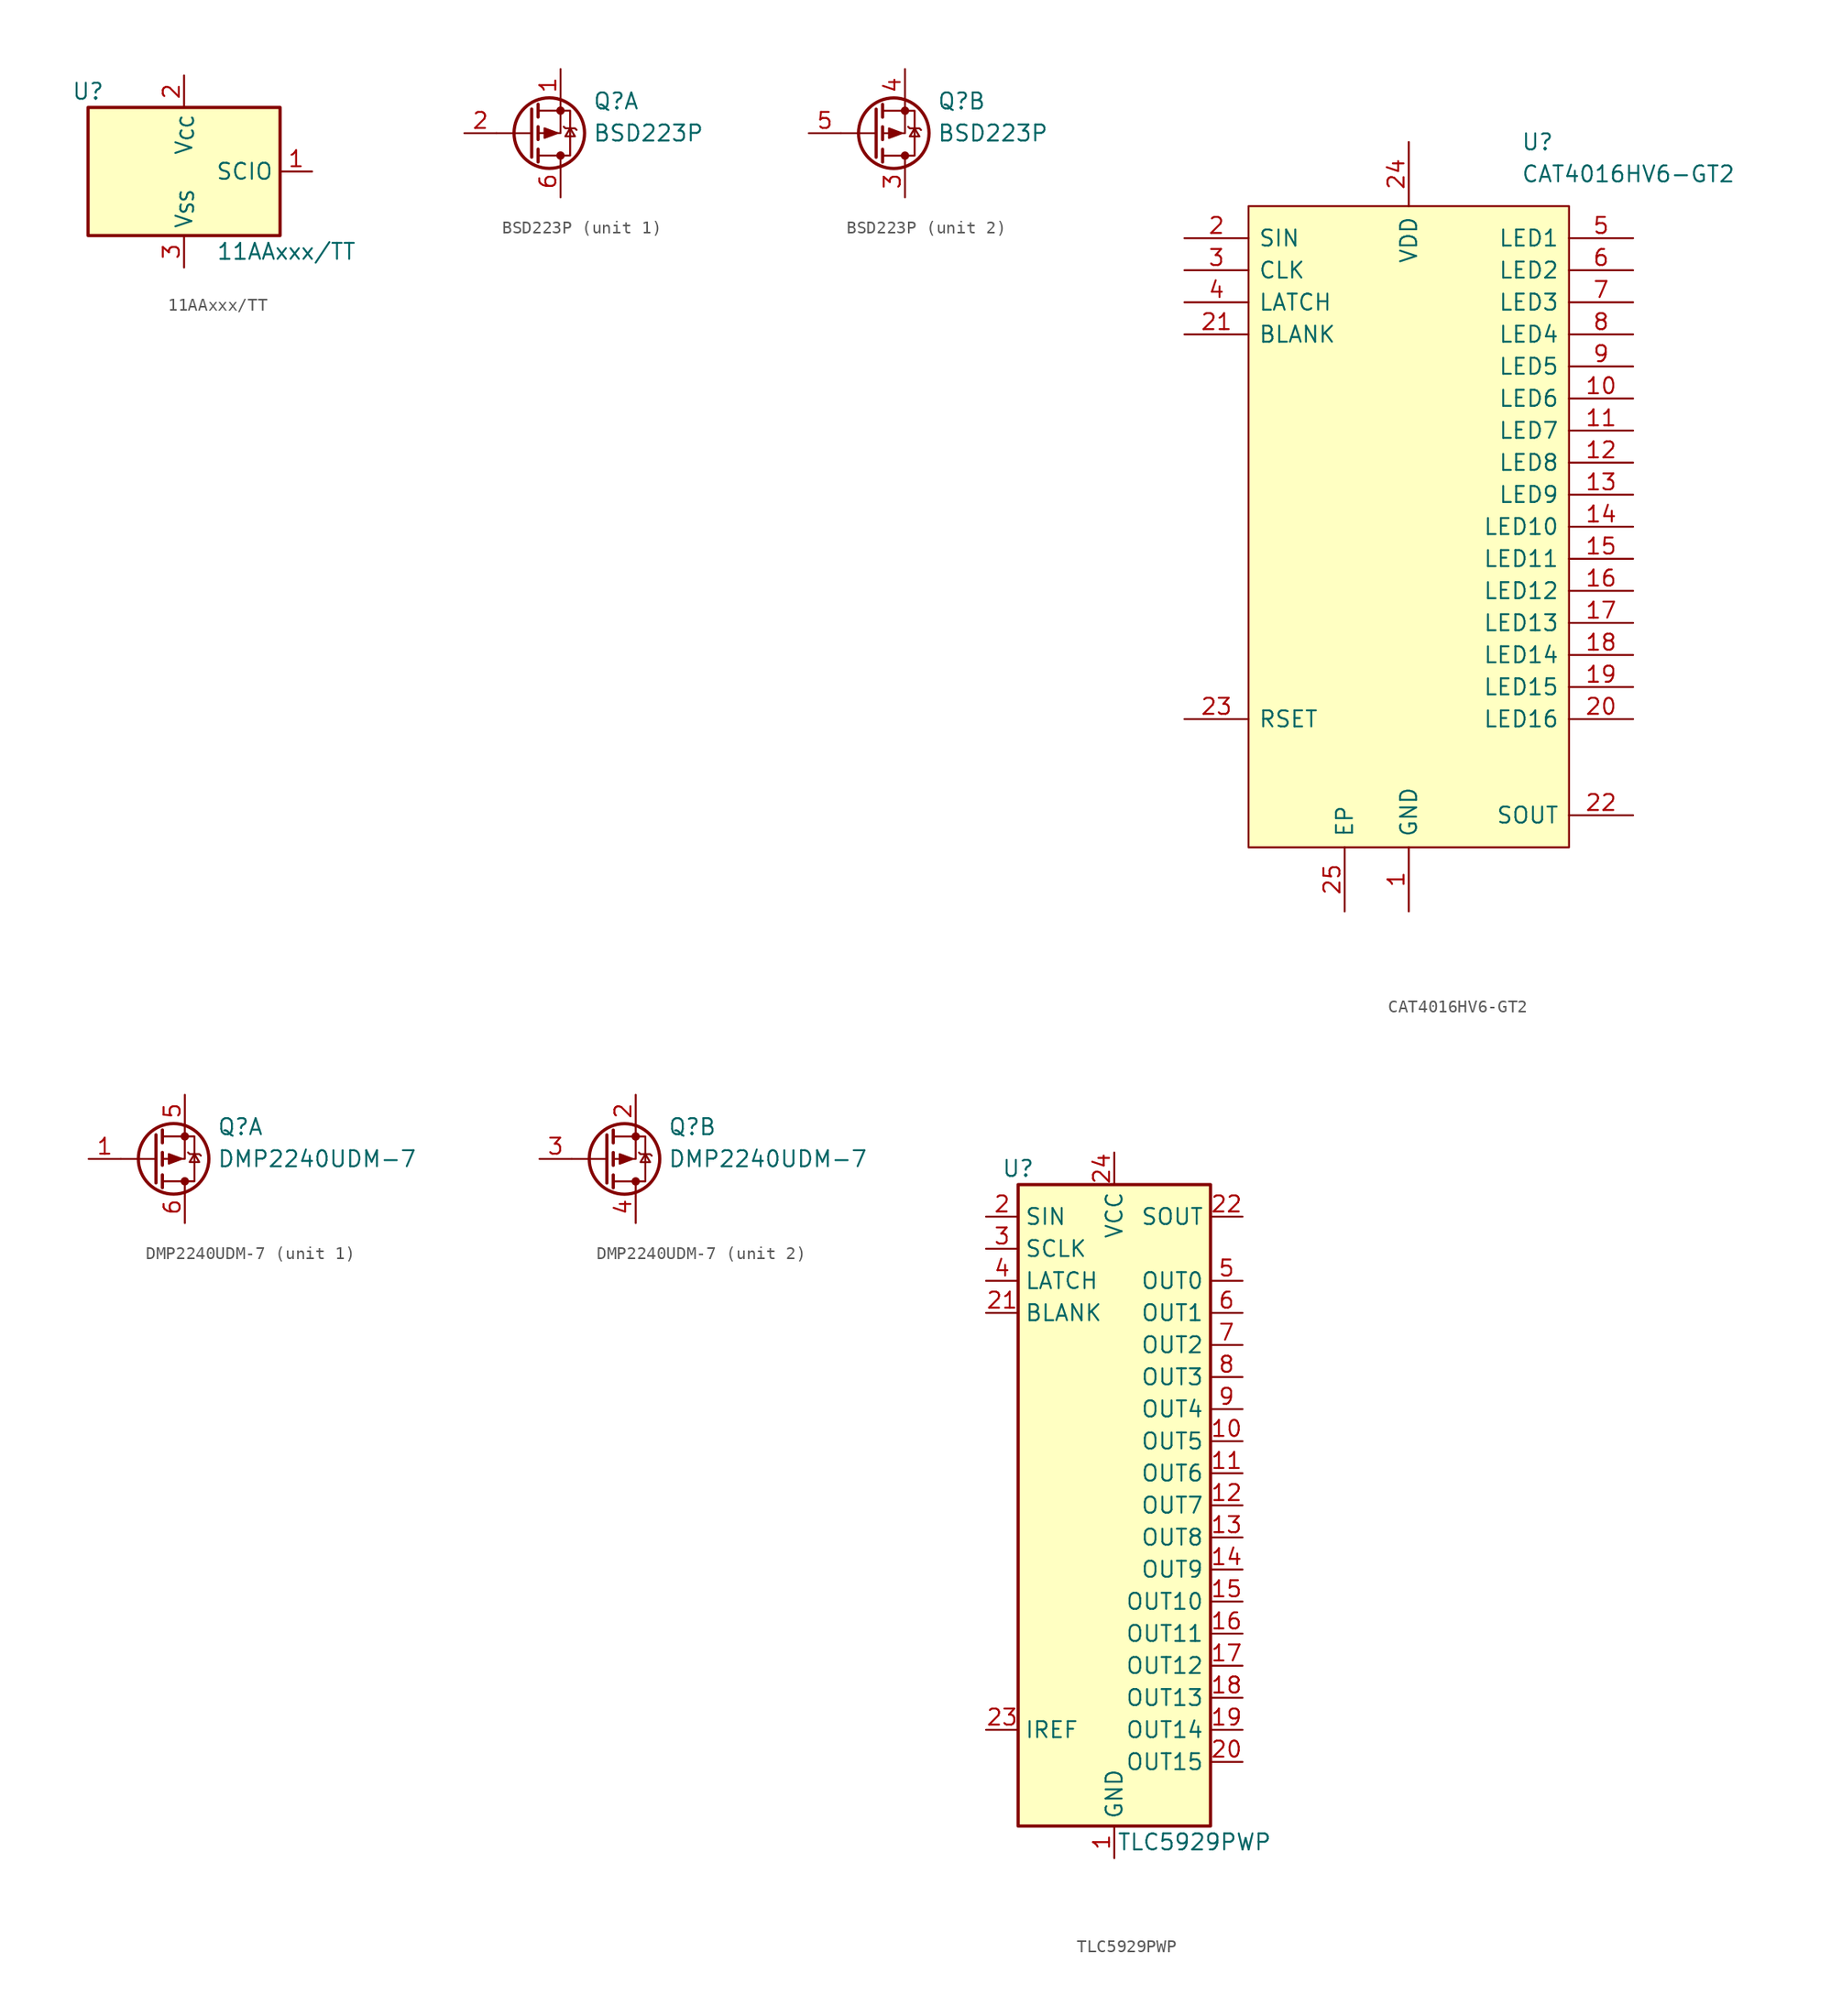
<source format=kicad_sym>
(kicad_symbol_lib
  (version 20220914)
  (generator kicad_symbol_editor)
  (symbol "11AAxxx/TT"
    (property "Reference" "U"
      (at -7.62 6.35 0)
      (effects (font (size 1.27 1.27))))
    (property "Value" "11AAxxx/TT"
      (at 2.54 -6.35 0)
      (effects (font (size 1.27 1.27)) (justify left)))
    (symbol "11AAxxx/TT_1_1"
      (rectangle (start -7.62 5.08) (end 7.62 -5.08) (stroke (width 0.254) (type default)) (fill (type background)))
      (pin bidirectional line (at 10.16 0 180) (length 2.54) (name "SCIO" (effects (font (size 1.27 1.27)))) (number "1" (effects (font (size 1.27 1.27)))))
      (pin power_in line (at 0 7.62 270) (length 2.54) (name "V_{CC}" (effects (font (size 1.27 1.27)))) (number "2" (effects (font (size 1.27 1.27)))))
      (pin power_in line (at 0 -7.62 90) (length 2.54) (name "V_{SS}" (effects (font (size 1.27 1.27)))) (number "3" (effects (font (size 1.27 1.27)))))))
  (symbol "BSD223P"
    (pin_names hide)
    (property "Reference" "Q"
      (at 5.08 2.54 0)
      (effects (font (size 1.27 1.27)) (justify left)))
    (property "Value" "BSD223P"
      (at 5.08 0 0)
      (effects (font (size 1.27 1.27)) (justify left)))
    (symbol "BSD223P_1_1"
      (polyline (pts (xy 0.251 1.912) (xy 0.251 -1.898)) (stroke (width 0.254) (type default)) (fill (type none)))
      (polyline (pts (xy 0.254 0) (xy -2.54 0)) (stroke (width 0) (type default)) (fill (type none)))
      (polyline (pts (xy 0.759 -1.263) (xy 0.759 -2.279)) (stroke (width 0.254) (type default)) (fill (type none)))
      (polyline (pts (xy 0.759 0.515) (xy 0.759 -0.501)) (stroke (width 0.254) (type default)) (fill (type none)))
      (polyline (pts (xy 0.759 2.293) (xy 0.759 1.277)) (stroke (width 0.254) (type default)) (fill (type none)))
      (polyline (pts (xy 2.537 -1.898) (xy 2.537 -2.533)) (stroke (width 0) (type default)) (fill (type none)))
      (polyline (pts (xy 2.537 2.547) (xy 2.537 0.007) (xy 0.759 0.007)) (stroke (width 0) (type default)) (fill (type none)))
      (polyline (pts (xy 0.759 -1.771) (xy 3.299 -1.771) (xy 3.299 1.785) (xy 0.759 1.785)) (stroke (width 0) (type default)) (fill (type none)))
      (polyline (pts (xy 2.283 0.007) (xy 1.267 -0.374) (xy 1.267 0.388) (xy 2.283 0.007)) (stroke (width 0) (type default)) (fill (type outline)))
      (polyline (pts (xy 2.791 0.515) (xy 2.918 0.388) (xy 3.68 0.388) (xy 3.807 0.261)) (stroke (width 0) (type default)) (fill (type none)))
      (polyline (pts (xy 3.299 0.388) (xy 2.918 -0.247) (xy 3.68 -0.247) (xy 3.299 0.388)) (stroke (width 0) (type default)) (fill (type none)))
      (circle (center 1.648 0.007) (radius 2.794) (stroke (width 0.254) (type default)) (fill (type none)))
      (circle (center 2.537 -1.771) (radius 0.254) (stroke (width 0) (type default)) (fill (type outline)))
      (circle (center 2.537 1.785) (radius 0.254) (stroke (width 0) (type default)) (fill (type outline)))
      (pin passive line (at 2.54 5.08 270) (length 2.54) (name "SN" (effects (font (size 1.27 1.27)))) (number "1" (effects (font (size 1.27 1.27)))))
      (pin input line (at -5.08 0 0) (length 2.54) (name "GN" (effects (font (size 1.27 1.27)))) (number "2" (effects (font (size 1.27 1.27)))))
      (pin passive line (at 2.54 -5.08 90) (length 2.54) (name "DN" (effects (font (size 1.27 1.27)))) (number "6" (effects (font (size 1.27 1.27))))))
    (symbol "BSD223P_2_1"
      (polyline (pts (xy 0.254 0) (xy -2.54 0)) (stroke (width 0) (type default)) (fill (type none)))
      (polyline (pts (xy 0.254 1.905) (xy 0.254 -1.905)) (stroke (width 0.254) (type default)) (fill (type none)))
      (polyline (pts (xy 0.762 -1.27) (xy 0.762 -2.286)) (stroke (width 0.254) (type default)) (fill (type none)))
      (polyline (pts (xy 0.762 0.508) (xy 0.762 -0.508)) (stroke (width 0.254) (type default)) (fill (type none)))
      (polyline (pts (xy 0.762 2.286) (xy 0.762 1.27)) (stroke (width 0.254) (type default)) (fill (type none)))
      (polyline (pts (xy 2.54 -1.905) (xy 2.54 -2.54)) (stroke (width 0) (type default)) (fill (type none)))
      (polyline (pts (xy 2.54 2.54) (xy 2.54 0) (xy 0.762 0)) (stroke (width 0) (type default)) (fill (type none)))
      (polyline (pts (xy 0.762 -1.778) (xy 3.302 -1.778) (xy 3.302 1.778) (xy 0.762 1.778)) (stroke (width 0) (type default)) (fill (type none)))
      (polyline (pts (xy 2.286 0) (xy 1.27 -0.381) (xy 1.27 0.381) (xy 2.286 0)) (stroke (width 0) (type default)) (fill (type outline)))
      (polyline (pts (xy 2.794 0.508) (xy 2.921 0.381) (xy 3.683 0.381) (xy 3.81 0.254)) (stroke (width 0) (type default)) (fill (type none)))
      (polyline (pts (xy 3.302 0.381) (xy 2.921 -0.254) (xy 3.683 -0.254) (xy 3.302 0.381)) (stroke (width 0) (type default)) (fill (type none)))
      (circle (center 1.651 0) (radius 2.794) (stroke (width 0.254) (type default)) (fill (type none)))
      (circle (center 2.54 -1.778) (radius 0.254) (stroke (width 0) (type default)) (fill (type outline)))
      (circle (center 2.54 1.778) (radius 0.254) (stroke (width 0) (type default)) (fill (type outline)))
      (pin passive line (at 2.54 -5.08 90) (length 2.54) (name "DP" (effects (font (size 1.27 1.27)))) (number "3" (effects (font (size 1.27 1.27)))))
      (pin passive line (at 2.54 5.08 270) (length 2.54) (name "SP" (effects (font (size 1.27 1.27)))) (number "4" (effects (font (size 1.27 1.27)))))
      (pin input line (at -5.08 0 0) (length 2.54) (name "GP" (effects (font (size 1.27 1.27)))) (number "5" (effects (font (size 1.27 1.27)))))))
  (symbol "CAT4016HV6-GT2"
    (pin_names
      (offset 0.762))
    (property "Reference" "U"
      (at 26.67 17.78 0)
      (effects (font (size 1.27 1.27)) (justify left)))
    (property "Value" "CAT4016HV6-GT2"
      (at 26.67 15.24 0)
      (effects (font (size 1.27 1.27)) (justify left)))
    (symbol "CAT4016HV6-GT2_0_0"
      (pin passive line (at 17.78 -43.18 90) (length 5.08) (name "GND" (effects (font (size 1.27 1.27)))) (number "1" (effects (font (size 1.27 1.27)))))
      (pin passive line (at 35.56 -2.54 180) (length 5.08) (name "LED6" (effects (font (size 1.27 1.27)))) (number "10" (effects (font (size 1.27 1.27)))))
      (pin passive line (at 35.56 -5.08 180) (length 5.08) (name "LED7" (effects (font (size 1.27 1.27)))) (number "11" (effects (font (size 1.27 1.27)))))
      (pin passive line (at 35.56 -7.62 180) (length 5.08) (name "LED8" (effects (font (size 1.27 1.27)))) (number "12" (effects (font (size 1.27 1.27)))))
      (pin passive line (at 35.56 -10.16 180) (length 5.08) (name "LED9" (effects (font (size 1.27 1.27)))) (number "13" (effects (font (size 1.27 1.27)))))
      (pin passive line (at 35.56 -12.7 180) (length 5.08) (name "LED10" (effects (font (size 1.27 1.27)))) (number "14" (effects (font (size 1.27 1.27)))))
      (pin passive line (at 35.56 -15.24 180) (length 5.08) (name "LED11" (effects (font (size 1.27 1.27)))) (number "15" (effects (font (size 1.27 1.27)))))
      (pin passive line (at 35.56 -17.78 180) (length 5.08) (name "LED12" (effects (font (size 1.27 1.27)))) (number "16" (effects (font (size 1.27 1.27)))))
      (pin passive line (at 35.56 -20.32 180) (length 5.08) (name "LED13" (effects (font (size 1.27 1.27)))) (number "17" (effects (font (size 1.27 1.27)))))
      (pin passive line (at 35.56 -22.86 180) (length 5.08) (name "LED14" (effects (font (size 1.27 1.27)))) (number "18" (effects (font (size 1.27 1.27)))))
      (pin passive line (at 35.56 -25.4 180) (length 5.08) (name "LED15" (effects (font (size 1.27 1.27)))) (number "19" (effects (font (size 1.27 1.27)))))
      (pin passive line (at 0 10.16 0) (length 5.08) (name "SIN" (effects (font (size 1.27 1.27)))) (number "2" (effects (font (size 1.27 1.27)))))
      (pin passive line (at 35.56 -27.94 180) (length 5.08) (name "LED16" (effects (font (size 1.27 1.27)))) (number "20" (effects (font (size 1.27 1.27)))))
      (pin passive line (at 0 2.54 0) (length 5.08) (name "BLANK" (effects (font (size 1.27 1.27)))) (number "21" (effects (font (size 1.27 1.27)))))
      (pin passive line (at 35.56 -35.56 180) (length 5.08) (name "SOUT" (effects (font (size 1.27 1.27)))) (number "22" (effects (font (size 1.27 1.27)))))
      (pin passive line (at 0 -27.94 0) (length 5.08) (name "RSET" (effects (font (size 1.27 1.27)))) (number "23" (effects (font (size 1.27 1.27)))))
      (pin passive line (at 17.78 17.78 270) (length 5.08) (name "VDD" (effects (font (size 1.27 1.27)))) (number "24" (effects (font (size 1.27 1.27)))))
      (pin passive line (at 12.7 -43.18 90) (length 5.08) (name "EP" (effects (font (size 1.27 1.27)))) (number "25" (effects (font (size 1.27 1.27)))))
      (pin passive line (at 0 7.62 0) (length 5.08) (name "CLK" (effects (font (size 1.27 1.27)))) (number "3" (effects (font (size 1.27 1.27)))))
      (pin passive line (at 0 5.08 0) (length 5.08) (name "LATCH" (effects (font (size 1.27 1.27)))) (number "4" (effects (font (size 1.27 1.27)))))
      (pin passive line (at 35.56 10.16 180) (length 5.08) (name "LED1" (effects (font (size 1.27 1.27)))) (number "5" (effects (font (size 1.27 1.27)))))
      (pin passive line (at 35.56 7.62 180) (length 5.08) (name "LED2" (effects (font (size 1.27 1.27)))) (number "6" (effects (font (size 1.27 1.27)))))
      (pin passive line (at 35.56 5.08 180) (length 5.08) (name "LED3" (effects (font (size 1.27 1.27)))) (number "7" (effects (font (size 1.27 1.27)))))
      (pin passive line (at 35.56 2.54 180) (length 5.08) (name "LED4" (effects (font (size 1.27 1.27)))) (number "8" (effects (font (size 1.27 1.27)))))
      (pin passive line (at 35.56 0 180) (length 5.08) (name "LED5" (effects (font (size 1.27 1.27)))) (number "9" (effects (font (size 1.27 1.27))))))
    (symbol "CAT4016HV6-GT2_1_1"
      (rectangle (start 5.08 12.7) (end 30.48 -38.1) (stroke (width 0) (type default)) (fill (type background)))))
  (symbol "DMP2240UDM-7"
    (pin_names hide)
    (property "Reference" "Q"
      (at 5.08 2.54 0)
      (effects (font (size 1.27 1.27)) (justify left)))
    (property "Value" "DMP2240UDM-7"
      (at 5.08 0 0)
      (effects (font (size 1.27 1.27)) (justify left)))
    (symbol "DMP2240UDM-7_1_1"
      (polyline (pts (xy 0.251 1.912) (xy 0.251 -1.898)) (stroke (width 0.254) (type default)) (fill (type none)))
      (polyline (pts (xy 0.254 0) (xy -2.54 0)) (stroke (width 0) (type default)) (fill (type none)))
      (polyline (pts (xy 0.759 -1.263) (xy 0.759 -2.279)) (stroke (width 0.254) (type default)) (fill (type none)))
      (polyline (pts (xy 0.759 0.515) (xy 0.759 -0.501)) (stroke (width 0.254) (type default)) (fill (type none)))
      (polyline (pts (xy 0.759 2.293) (xy 0.759 1.277)) (stroke (width 0.254) (type default)) (fill (type none)))
      (polyline (pts (xy 2.537 -1.898) (xy 2.537 -2.533)) (stroke (width 0) (type default)) (fill (type none)))
      (polyline (pts (xy 2.537 2.547) (xy 2.537 0.007) (xy 0.759 0.007)) (stroke (width 0) (type default)) (fill (type none)))
      (polyline (pts (xy 0.759 -1.771) (xy 3.299 -1.771) (xy 3.299 1.785) (xy 0.759 1.785)) (stroke (width 0) (type default)) (fill (type none)))
      (polyline (pts (xy 2.283 0.007) (xy 1.267 -0.374) (xy 1.267 0.388) (xy 2.283 0.007)) (stroke (width 0) (type default)) (fill (type outline)))
      (polyline (pts (xy 2.791 0.515) (xy 2.918 0.388) (xy 3.68 0.388) (xy 3.807 0.261)) (stroke (width 0) (type default)) (fill (type none)))
      (polyline (pts (xy 3.299 0.388) (xy 2.918 -0.247) (xy 3.68 -0.247) (xy 3.299 0.388)) (stroke (width 0) (type default)) (fill (type none)))
      (circle (center 1.648 0.007) (radius 2.794) (stroke (width 0.254) (type default)) (fill (type none)))
      (circle (center 2.537 -1.771) (radius 0.254) (stroke (width 0) (type default)) (fill (type outline)))
      (circle (center 2.537 1.785) (radius 0.254) (stroke (width 0) (type default)) (fill (type outline)))
      (pin input line (at -5.08 0 0) (length 2.54) (name "GA" (effects (font (size 1.27 1.27)))) (number "1" (effects (font (size 1.27 1.27)))))
      (pin passive line (at 2.54 5.08 270) (length 2.54) (name "SA" (effects (font (size 1.27 1.27)))) (number "5" (effects (font (size 1.27 1.27)))))
      (pin passive line (at 2.54 -5.08 90) (length 2.54) (name "DA" (effects (font (size 1.27 1.27)))) (number "6" (effects (font (size 1.27 1.27))))))
    (symbol "DMP2240UDM-7_2_1"
      (polyline (pts (xy 0.254 0) (xy -2.54 0)) (stroke (width 0) (type default)) (fill (type none)))
      (polyline (pts (xy 0.254 1.905) (xy 0.254 -1.905)) (stroke (width 0.254) (type default)) (fill (type none)))
      (polyline (pts (xy 0.762 -1.27) (xy 0.762 -2.286)) (stroke (width 0.254) (type default)) (fill (type none)))
      (polyline (pts (xy 0.762 0.508) (xy 0.762 -0.508)) (stroke (width 0.254) (type default)) (fill (type none)))
      (polyline (pts (xy 0.762 2.286) (xy 0.762 1.27)) (stroke (width 0.254) (type default)) (fill (type none)))
      (polyline (pts (xy 2.54 -1.905) (xy 2.54 -2.54)) (stroke (width 0) (type default)) (fill (type none)))
      (polyline (pts (xy 2.54 2.54) (xy 2.54 0) (xy 0.762 0)) (stroke (width 0) (type default)) (fill (type none)))
      (polyline (pts (xy 0.762 -1.778) (xy 3.302 -1.778) (xy 3.302 1.778) (xy 0.762 1.778)) (stroke (width 0) (type default)) (fill (type none)))
      (polyline (pts (xy 2.286 0) (xy 1.27 -0.381) (xy 1.27 0.381) (xy 2.286 0)) (stroke (width 0) (type default)) (fill (type outline)))
      (polyline (pts (xy 2.794 0.508) (xy 2.921 0.381) (xy 3.683 0.381) (xy 3.81 0.254)) (stroke (width 0) (type default)) (fill (type none)))
      (polyline (pts (xy 3.302 0.381) (xy 2.921 -0.254) (xy 3.683 -0.254) (xy 3.302 0.381)) (stroke (width 0) (type default)) (fill (type none)))
      (circle (center 1.651 0) (radius 2.794) (stroke (width 0.254) (type default)) (fill (type none)))
      (circle (center 2.54 -1.778) (radius 0.254) (stroke (width 0) (type default)) (fill (type outline)))
      (circle (center 2.54 1.778) (radius 0.254) (stroke (width 0) (type default)) (fill (type outline)))
      (pin passive line (at 2.54 5.08 270) (length 2.54) (name "SB" (effects (font (size 1.27 1.27)))) (number "2" (effects (font (size 1.27 1.27)))))
      (pin input line (at -5.08 0 0) (length 2.54) (name "GB" (effects (font (size 1.27 1.27)))) (number "3" (effects (font (size 1.27 1.27)))))
      (pin passive line (at 2.54 -5.08 90) (length 2.54) (name "DB" (effects (font (size 1.27 1.27)))) (number "4" (effects (font (size 1.27 1.27)))))))
  (symbol "TLC5929PWP"
    (property "Reference" "U"
      (at -7.62 26.67 0)
      (effects (font (size 1.27 1.27))))
    (property "Value" "TLC5929PWP"
      (at 6.35 -26.67 0)
      (effects (font (size 1.27 1.27))))
    (symbol "TLC5929PWP_0_1"
      (rectangle (start -7.62 25.4) (end 7.62 -25.4) (stroke (width 0.254) (type default)) (fill (type background))))
    (symbol "TLC5929PWP_1_1"
      (pin power_in line (at 0 -27.94 90) (length 2.54) (name "GND" (effects (font (size 1.27 1.27)))) (number "1" (effects (font (size 1.27 1.27)))))
      (pin open_collector line (at 10.16 5.08 180) (length 2.54) (name "OUT5" (effects (font (size 1.27 1.27)))) (number "10" (effects (font (size 1.27 1.27)))))
      (pin open_collector line (at 10.16 2.54 180) (length 2.54) (name "OUT6" (effects (font (size 1.27 1.27)))) (number "11" (effects (font (size 1.27 1.27)))))
      (pin open_collector line (at 10.16 0 180) (length 2.54) (name "OUT7" (effects (font (size 1.27 1.27)))) (number "12" (effects (font (size 1.27 1.27)))))
      (pin open_collector line (at 10.16 -2.54 180) (length 2.54) (name "OUT8" (effects (font (size 1.27 1.27)))) (number "13" (effects (font (size 1.27 1.27)))))
      (pin open_collector line (at 10.16 -5.08 180) (length 2.54) (name "OUT9" (effects (font (size 1.27 1.27)))) (number "14" (effects (font (size 1.27 1.27)))))
      (pin open_collector line (at 10.16 -7.62 180) (length 2.54) (name "OUT10" (effects (font (size 1.27 1.27)))) (number "15" (effects (font (size 1.27 1.27)))))
      (pin open_collector line (at 10.16 -10.16 180) (length 2.54) (name "OUT11" (effects (font (size 1.27 1.27)))) (number "16" (effects (font (size 1.27 1.27)))))
      (pin open_collector line (at 10.16 -12.7 180) (length 2.54) (name "OUT12" (effects (font (size 1.27 1.27)))) (number "17" (effects (font (size 1.27 1.27)))))
      (pin open_collector line (at 10.16 -15.24 180) (length 2.54) (name "OUT13" (effects (font (size 1.27 1.27)))) (number "18" (effects (font (size 1.27 1.27)))))
      (pin open_collector line (at 10.16 -17.78 180) (length 2.54) (name "OUT14" (effects (font (size 1.27 1.27)))) (number "19" (effects (font (size 1.27 1.27)))))
      (pin input line (at -10.16 22.86 0) (length 2.54) (name "SIN" (effects (font (size 1.27 1.27)))) (number "2" (effects (font (size 1.27 1.27)))))
      (pin open_collector line (at 10.16 -20.32 180) (length 2.54) (name "OUT15" (effects (font (size 1.27 1.27)))) (number "20" (effects (font (size 1.27 1.27)))))
      (pin input line (at -10.16 15.24 0) (length 2.54) (name "BLANK" (effects (font (size 1.27 1.27)))) (number "21" (effects (font (size 1.27 1.27)))))
      (pin output line (at 10.16 22.86 180) (length 2.54) (name "SOUT" (effects (font (size 1.27 1.27)))) (number "22" (effects (font (size 1.27 1.27)))))
      (pin input line (at -10.16 -17.78 0) (length 2.54) (name "IREF" (effects (font (size 1.27 1.27)))) (number "23" (effects (font (size 1.27 1.27)))))
      (pin power_in line (at 0 27.94 270) (length 2.54) (name "VCC" (effects (font (size 1.27 1.27)))) (number "24" (effects (font (size 1.27 1.27)))))
      (pin passive line (at 0 -27.94 90) (length 2.54) hide (name "GND" (effects (font (size 1.27 1.27)))) (number "25" (effects (font (size 1.27 1.27)))))
      (pin input line (at -10.16 20.32 0) (length 2.54) (name "SCLK" (effects (font (size 1.27 1.27)))) (number "3" (effects (font (size 1.27 1.27)))))
      (pin input line (at -10.16 17.78 0) (length 2.54) (name "LATCH" (effects (font (size 1.27 1.27)))) (number "4" (effects (font (size 1.27 1.27)))))
      (pin open_collector line (at 10.16 17.78 180) (length 2.54) (name "OUT0" (effects (font (size 1.27 1.27)))) (number "5" (effects (font (size 1.27 1.27)))))
      (pin open_collector line (at 10.16 15.24 180) (length 2.54) (name "OUT1" (effects (font (size 1.27 1.27)))) (number "6" (effects (font (size 1.27 1.27)))))
      (pin open_collector line (at 10.16 12.7 180) (length 2.54) (name "OUT2" (effects (font (size 1.27 1.27)))) (number "7" (effects (font (size 1.27 1.27)))))
      (pin open_collector line (at 10.16 10.16 180) (length 2.54) (name "OUT3" (effects (font (size 1.27 1.27)))) (number "8" (effects (font (size 1.27 1.27)))))
      (pin open_collector line (at 10.16 7.62 180) (length 2.54) (name "OUT4" (effects (font (size 1.27 1.27)))) (number "9" (effects (font (size 1.27 1.27))))))))
</source>
